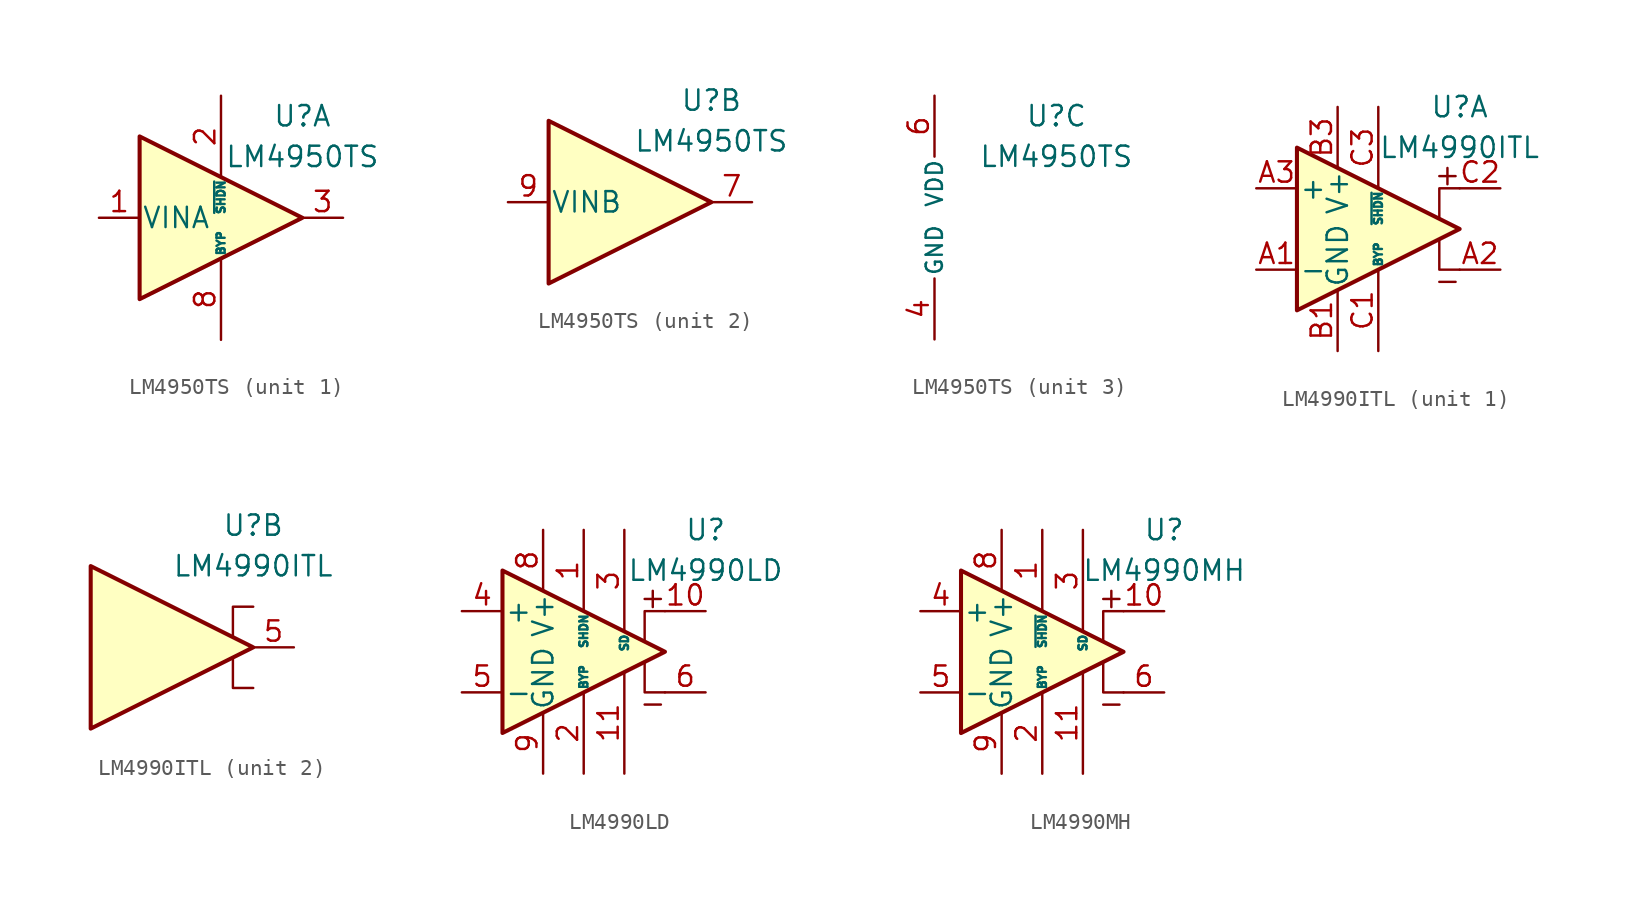
<source format=kicad_sym>
(kicad_symbol_lib
  (version 20200908)
  (generator kicad_symbol_editor)
  (symbol "Amplifier_Audio:LM4950TS"
    (pin_names
      (offset 0.127))
    (property "Reference" "U"
      (at 5.08 6.35 0)
      (effects (font (size 1.27 1.27))))
    (property "Value" "LM4950TS"
      (at 5.08 3.81 0)
      (effects (font (size 1.27 1.27))))
    (property "ki_locked" ""
      (at 0 0 0)
      (effects (font (size 1.27 1.27))))
    (symbol "LM4950TS_1_1"
      (polyline (pts (xy -5.08 5.08) (xy 5.08 0) (xy -5.08 -5.08) (xy -5.08 5.08)) (stroke (width 0.254)) (fill (type background)))
      (pin input line (at -7.62 0 0) (length 2.54) (name "VINA" (effects (font (size 1.27 1.27)))) (number "1" (effects (font (size 1.27 1.27)))))
      (pin input line (at 0 7.62 270) (length 5.08) (name "~SHDN" (effects (font (size 0.508 0.508)))) (number "2" (effects (font (size 1.27 1.27)))))
      (pin output line (at 7.62 0 180) (length 2.54) (name "~" (effects (font (size 1.27 1.27)))) (number "3" (effects (font (size 1.27 1.27)))))
      (pin passive line (at 0 -7.62 90) (length 5.08) (name "BYP" (effects (font (size 0.508 0.508)))) (number "8" (effects (font (size 1.27 1.27))))))
    (symbol "LM4950TS_2_1"
      (polyline (pts (xy -5.08 5.08) (xy 5.08 0) (xy -5.08 -5.08) (xy -5.08 5.08)) (stroke (width 0.254)) (fill (type background)))
      (pin output line (at 7.62 0 180) (length 2.54) (name "~" (effects (font (size 1.27 1.27)))) (number "7" (effects (font (size 1.27 1.27)))))
      (pin input line (at -7.62 0 0) (length 2.54) (name "VINB" (effects (font (size 1.27 1.27)))) (number "9" (effects (font (size 1.27 1.27))))))
    (symbol "LM4950TS_3_1"
      (pin power_in line (at -2.54 -7.62 90) (length 3.81) (name "GND" (effects (font (size 1.016 1.016)))) (number "4" (effects (font (size 1.27 1.27)))))
      (pin passive line (at -2.54 -7.62 90) (length 3.81) hide (name "GND" (effects (font (size 1.016 1.016)))) (number "5" (effects (font (size 1.27 1.27)))))
      (pin power_in line (at -2.54 7.62 270) (length 3.81) (name "VDD" (effects (font (size 1.016 1.016)))) (number "6" (effects (font (size 1.27 1.27)))))))
  (symbol "Amplifier_Audio:LM4990ITL"
    (pin_names
      (offset 0.127))
    (property "Reference" "U"
      (at 5.08 7.62 0)
      (effects (font (size 1.27 1.27))))
    (property "Value" "LM4990ITL"
      (at 5.08 5.08 0)
      (effects (font (size 1.27 1.27))))
    (symbol "LM4990ITL_0_1"
      (polyline (pts (xy 3.81 -0.635) (xy 3.81 -2.54) (xy 5.08 -2.54)) (stroke (width 0)) (fill (type none)))
      (polyline (pts (xy 5.08 2.54) (xy 3.81 2.54) (xy 3.81 0.635)) (stroke (width 0)) (fill (type none)))
      (polyline (pts (xy -5.08 5.08) (xy 5.08 0) (xy -5.08 -5.08) (xy -5.08 5.08)) (stroke (width 0.254)) (fill (type background))))
    (symbol "LM4990ITL_1_1"
      (polyline (pts (xy 3.81 -3.302) (xy 4.826 -3.302)) (stroke (width 0)) (fill (type none)))
      (polyline (pts (xy 4.318 3.81) (xy 4.318 2.794)) (stroke (width 0)) (fill (type none)))
      (polyline (pts (xy 4.826 3.302) (xy 3.81 3.302)) (stroke (width 0)) (fill (type none)))
      (pin input line (at -7.62 -2.54 0) (length 2.54) (name "-" (effects (font (size 1.27 1.27)))) (number "A1" (effects (font (size 1.27 1.27)))))
      (pin output line (at 7.62 -2.54 180) (length 2.54) (name "~" (effects (font (size 1.27 1.27)))) (number "A2" (effects (font (size 1.27 1.27)))))
      (pin input line (at -7.62 2.54 0) (length 2.54) (name "+" (effects (font (size 1.27 1.27)))) (number "A3" (effects (font (size 1.27 1.27)))))
      (pin power_in line (at -2.54 -7.62 90) (length 3.81) (name "GND" (effects (font (size 1.27 1.27)))) (number "B1" (effects (font (size 1.27 1.27)))))
      (pin passive line (at -2.54 -7.62 90) (length 3.81) hide (name "GND" (effects (font (size 1.27 1.27)))) (number "B2" (effects (font (size 1.27 1.27)))))
      (pin power_in line (at -2.54 7.62 270) (length 3.81) (name "V+" (effects (font (size 1.27 1.27)))) (number "B3" (effects (font (size 1.27 1.27)))))
      (pin input line (at 0 -7.62 90) (length 5.08) (name "BYP" (effects (font (size 0.508 0.508)))) (number "C1" (effects (font (size 1.27 1.27)))))
      (pin output line (at 7.62 2.54 180) (length 2.54) (name "~" (effects (font (size 1.27 1.27)))) (number "C2" (effects (font (size 1.27 1.27)))))
      (pin output line (at 0 7.62 270) (length 5.08) (name "~SHDN" (effects (font (size 0.508 0.508)))) (number "C3" (effects (font (size 1.27 1.27))))))
    (symbol "LM4990ITL_2_1"
      (pin output line (at 7.62 0 180) (length 2.54) (name "~" (effects (font (size 1.27 1.27)))) (number "5" (effects (font (size 1.27 1.27)))))))
  (symbol "Amplifier_Audio:LM4990LD"
    (pin_names
      (offset 0.127))
    (property "Reference" "U"
      (at 7.62 7.62 0)
      (effects (font (size 1.27 1.27))))
    (property "Value" "LM4990LD"
      (at 7.62 5.08 0)
      (effects (font (size 1.27 1.27))))
    (symbol "LM4990LD_0_1"
      (polyline (pts (xy 3.81 -0.635) (xy 3.81 -2.54) (xy 5.08 -2.54)) (stroke (width 0)) (fill (type none)))
      (polyline (pts (xy 5.08 2.54) (xy 3.81 2.54) (xy 3.81 0.635)) (stroke (width 0)) (fill (type none)))
      (polyline (pts (xy -5.08 5.08) (xy 5.08 0) (xy -5.08 -5.08) (xy -5.08 5.08)) (stroke (width 0.254)) (fill (type background))))
    (symbol "LM4990LD_1_1"
      (polyline (pts (xy 3.81 -3.302) (xy 4.826 -3.302)) (stroke (width 0)) (fill (type none)))
      (polyline (pts (xy 4.318 3.81) (xy 4.318 2.794)) (stroke (width 0)) (fill (type none)))
      (polyline (pts (xy 4.826 3.302) (xy 3.81 3.302)) (stroke (width 0)) (fill (type none)))
      (pin output line (at 0 7.62 270) (length 5.08) (name "SHDN" (effects (font (size 0.508 0.508)))) (number "1" (effects (font (size 1.27 1.27)))))
      (pin output line (at 7.62 2.54 180) (length 2.54) (name "~" (effects (font (size 1.27 1.27)))) (number "10" (effects (font (size 1.27 1.27)))))
      (pin power_in line (at 2.54 -7.62 90) (length 6.35) (name "~" (effects (font (size 1.27 1.27)))) (number "11" (effects (font (size 1.27 1.27)))))
      (pin input line (at 0 -7.62 90) (length 5.08) (name "BYP" (effects (font (size 0.508 0.508)))) (number "2" (effects (font (size 1.27 1.27)))))
      (pin input line (at 2.54 7.62 270) (length 6.35) (name "SD" (effects (font (size 0.508 0.508)))) (number "3" (effects (font (size 1.27 1.27)))))
      (pin input line (at -7.62 2.54 0) (length 2.54) (name "+" (effects (font (size 1.27 1.27)))) (number "4" (effects (font (size 1.27 1.27)))))
      (pin input line (at -7.62 -2.54 0) (length 2.54) (name "-" (effects (font (size 1.27 1.27)))) (number "5" (effects (font (size 1.27 1.27)))))
      (pin output line (at 7.62 -2.54 180) (length 2.54) (name "~" (effects (font (size 1.27 1.27)))) (number "6" (effects (font (size 1.27 1.27)))))
      (pin unconnected line (at 0 2.54 270) (length 2.54) hide (name "NC" (effects (font (size 1.27 1.27)))) (number "7" (effects (font (size 1.27 1.27)))))
      (pin power_in line (at -2.54 7.62 270) (length 3.81) (name "V+" (effects (font (size 1.27 1.27)))) (number "8" (effects (font (size 1.27 1.27)))))
      (pin power_in line (at -2.54 -7.62 90) (length 3.81) (name "GND" (effects (font (size 1.27 1.27)))) (number "9" (effects (font (size 1.27 1.27)))))))
  (symbol "Amplifier_Audio:LM4990MH"
    (pin_names
      (offset 0.127))
    (property "Reference" "U"
      (at 7.62 7.62 0)
      (effects (font (size 1.27 1.27))))
    (property "Value" "LM4990MH"
      (at 7.62 5.08 0)
      (effects (font (size 1.27 1.27))))
    (symbol "LM4990MH_0_1"
      (polyline (pts (xy 3.81 -0.635) (xy 3.81 -2.54) (xy 5.08 -2.54)) (stroke (width 0)) (fill (type none)))
      (polyline (pts (xy 5.08 2.54) (xy 3.81 2.54) (xy 3.81 0.635)) (stroke (width 0)) (fill (type none)))
      (polyline (pts (xy -5.08 5.08) (xy 5.08 0) (xy -5.08 -5.08) (xy -5.08 5.08)) (stroke (width 0.254)) (fill (type background))))
    (symbol "LM4990MH_1_1"
      (polyline (pts (xy 3.81 -3.302) (xy 4.826 -3.302)) (stroke (width 0)) (fill (type none)))
      (polyline (pts (xy 4.318 3.81) (xy 4.318 2.794)) (stroke (width 0)) (fill (type none)))
      (polyline (pts (xy 4.826 3.302) (xy 3.81 3.302)) (stroke (width 0)) (fill (type none)))
      (pin output line (at 0 7.62 270) (length 5.08) (name "~SHDN" (effects (font (size 0.508 0.508)))) (number "1" (effects (font (size 1.27 1.27)))))
      (pin output line (at 7.62 2.54 180) (length 2.54) (name "~" (effects (font (size 1.27 1.27)))) (number "10" (effects (font (size 1.27 1.27)))))
      (pin power_in line (at 2.54 -7.62 90) (length 6.35) (name "~" (effects (font (size 1.27 1.27)))) (number "11" (effects (font (size 1.27 1.27)))))
      (pin input line (at 0 -7.62 90) (length 5.08) (name "BYP" (effects (font (size 0.508 0.508)))) (number "2" (effects (font (size 1.27 1.27)))))
      (pin input line (at 2.54 7.62 270) (length 6.35) (name "SD" (effects (font (size 0.508 0.508)))) (number "3" (effects (font (size 1.27 1.27)))))
      (pin input line (at -7.62 2.54 0) (length 2.54) (name "+" (effects (font (size 1.27 1.27)))) (number "4" (effects (font (size 1.27 1.27)))))
      (pin input line (at -7.62 -2.54 0) (length 2.54) (name "-" (effects (font (size 1.27 1.27)))) (number "5" (effects (font (size 1.27 1.27)))))
      (pin output line (at 7.62 -2.54 180) (length 2.54) (name "~" (effects (font (size 1.27 1.27)))) (number "6" (effects (font (size 1.27 1.27)))))
      (pin unconnected line (at 0 2.54 270) (length 2.54) hide (name "NC" (effects (font (size 1.27 1.27)))) (number "7" (effects (font (size 1.27 1.27)))))
      (pin power_in line (at -2.54 7.62 270) (length 3.81) (name "V+" (effects (font (size 1.27 1.27)))) (number "8" (effects (font (size 1.27 1.27)))))
      (pin power_in line (at -2.54 -7.62 90) (length 3.81) (name "GND" (effects (font (size 1.27 1.27)))) (number "9" (effects (font (size 1.27 1.27))))))))
</source>
